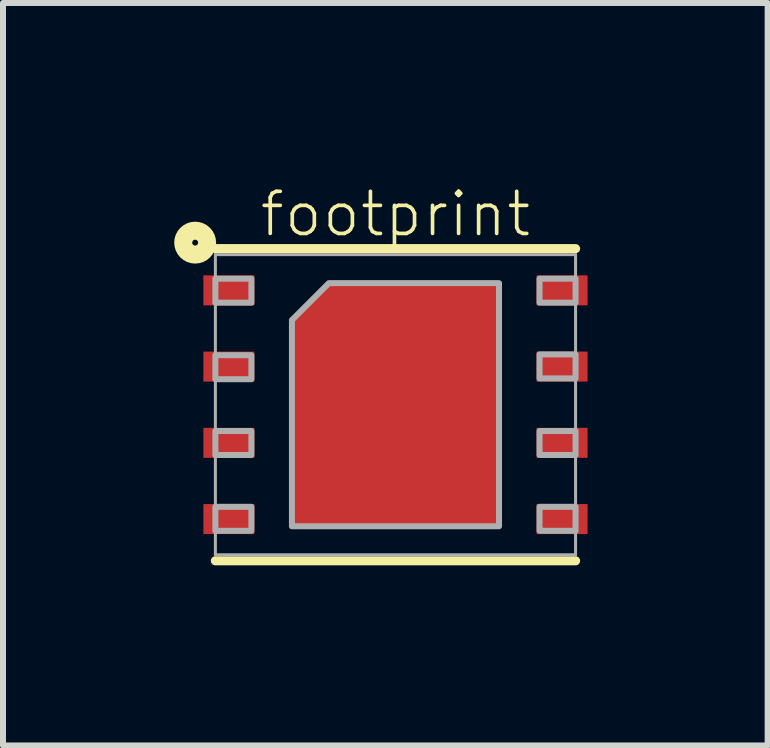
<source format=kicad_pcb>
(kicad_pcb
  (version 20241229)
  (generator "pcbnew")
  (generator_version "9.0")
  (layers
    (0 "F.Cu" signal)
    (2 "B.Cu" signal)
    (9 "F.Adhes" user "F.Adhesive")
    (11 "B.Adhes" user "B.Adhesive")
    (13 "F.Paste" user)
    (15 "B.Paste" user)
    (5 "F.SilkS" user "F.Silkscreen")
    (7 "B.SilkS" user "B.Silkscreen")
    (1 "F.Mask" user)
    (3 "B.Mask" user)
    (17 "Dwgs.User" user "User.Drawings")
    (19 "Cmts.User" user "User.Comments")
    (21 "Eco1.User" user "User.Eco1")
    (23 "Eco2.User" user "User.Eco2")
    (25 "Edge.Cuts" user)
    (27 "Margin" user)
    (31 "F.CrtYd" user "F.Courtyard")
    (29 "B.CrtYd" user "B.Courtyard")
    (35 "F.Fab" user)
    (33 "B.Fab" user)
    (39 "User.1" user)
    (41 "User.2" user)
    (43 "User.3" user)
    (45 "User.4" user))
  (footprint "footprint"
    (layer "F.Cu")
    (at 3.538 3.692)
    (property "Reference" "footprint" (at 0 -3.175 0) (layer "F.SilkS") (effects (font (size 0.701 0.701) (thickness 0.061))))
    (fp_poly (pts (xy 1.725 2.025) (xy -1.725 2.025) (xy -1.725 -1.41) (xy -1.11 -2.025) (xy 1.725 -2.025)) (stroke (width 0) (type solid)) (fill yes) (layer "F.Cu"))
    (fp_poly (pts (xy 1.825 2.125) (xy -1.825 2.125) (xy -1.825 -1.485) (xy -1.16 -2.15) (xy 1.825 -2.15)) (stroke (width 0) (type solid)) (fill yes) (layer "F.Mask"))
    (fp_line (start -3 -2.6) (end 3 -2.6) (stroke (width 0.152) (type solid)) (layer "F.SilkS"))
    (fp_line (start -3 2.6) (end 3 2.6) (stroke (width 0.152) (type solid)) (layer "F.SilkS"))
    (fp_circle (center -3.337 -2.7) (end -3.288 -2.7) (stroke (width 0.3) (type solid)) (fill no) (layer "F.SilkS"))
    (fp_poly (pts (xy -0.4 0.4) (xy 0.4 0.4) (xy 0.4 -0.4) (xy -0.4 -0.4)) (stroke (width 0) (type solid)) (fill yes) (layer "F.Paste"))
    (fp_line (start -3 -2.5) (end 3 -2.5) (stroke (width 0.05) (type solid)) (layer "F.Fab"))
    (fp_line (start -3 2.5) (end -3 -2.5) (stroke (width 0.05) (type solid)) (layer "F.Fab"))
    (fp_line (start 3 -2.5) (end 3 2.5) (stroke (width 0.05) (type solid)) (layer "F.Fab"))
    (fp_line (start 3 2.5) (end -3 2.5) (stroke (width 0.05) (type solid)) (layer "F.Fab"))
    (fp_poly (pts (xy -3 -1.7) (xy -2.4 -1.7) (xy -2.4 -2.1) (xy -3 -2.1)) (stroke (width 0.1) (type solid)) (fill no) (layer "F.Fab"))
    (fp_poly (pts (xy -3 -0.425) (xy -2.4 -0.425) (xy -2.4 -0.825) (xy -3 -0.825)) (stroke (width 0.1) (type solid)) (fill no) (layer "F.Fab"))
    (fp_poly (pts (xy -3 0.838) (xy -2.4 0.838) (xy -2.4 0.438) (xy -3 0.438)) (stroke (width 0.1) (type solid)) (fill no) (layer "F.Fab"))
    (fp_poly (pts (xy -3 2.1) (xy -2.4 2.1) (xy -2.4 1.7) (xy -3 1.7)) (stroke (width 0.1) (type solid)) (fill no) (layer "F.Fab"))
    (fp_poly (pts (xy 2.4 -1.7) (xy 3 -1.7) (xy 3 -2.1) (xy 2.4 -2.1)) (stroke (width 0.1) (type solid)) (fill no) (layer "F.Fab"))
    (fp_poly (pts (xy 2.4 -0.438) (xy 3 -0.438) (xy 3 -0.838) (xy 2.4 -0.838)) (stroke (width 0.1) (type solid)) (fill no) (layer "F.Fab"))
    (fp_poly (pts (xy 2.4 0.838) (xy 3 0.838) (xy 3 0.438) (xy 2.4 0.438)) (stroke (width 0.1) (type solid)) (fill no) (layer "F.Fab"))
    (fp_poly (pts (xy 2.4 2.1) (xy 3 2.1) (xy 3 1.7) (xy 2.4 1.7)) (stroke (width 0.1) (type solid)) (fill no) (layer "F.Fab"))
    (fp_poly (pts (xy 1.725 2.025) (xy -1.725 2.025) (xy -1.725 -1.41) (xy -1.11 -2.025) (xy 1.725 -2.025)) (stroke (width 0.1) (type solid)) (fill no) (layer "F.Fab"))
    (pad "1" smd rect (at -2.775 -1.905 90) (size 0.5 0.85) (layers "F.Cu" "F.Mask" "F.Paste"))
    (pad "2" smd rect (at -2.775 -0.635 90) (size 0.5 0.85) (layers "F.Cu" "F.Mask" "F.Paste"))
    (pad "3" smd rect (at -2.775 0.635 90) (size 0.5 0.85) (layers "F.Cu" "F.Mask" "F.Paste"))
    (pad "4" smd rect (at -2.775 1.905 90) (size 0.5 0.85) (layers "F.Cu" "F.Mask" "F.Paste"))
    (pad "5" smd rect (at 2.775 1.905 90) (size 0.5 0.85) (layers "F.Cu" "F.Mask" "F.Paste"))
    (pad "6" smd rect (at 2.775 0.635 90) (size 0.5 0.85) (layers "F.Cu" "F.Mask" "F.Paste"))
    (pad "7" smd rect (at 2.775 -0.635 90) (size 0.5 0.85) (layers "F.Cu" "F.Mask" "F.Paste"))
    (pad "8" smd rect (at 2.775 -1.905 90) (size 0.5 0.85) (layers "F.Cu" "F.Mask" "F.Paste")))
  (gr_rect
    (start -3 -3)
    (end 9.738 9.368)
    (stroke (width 0.1) (type default))
    (fill no)
    (layer "Edge.Cuts")))
</source>
